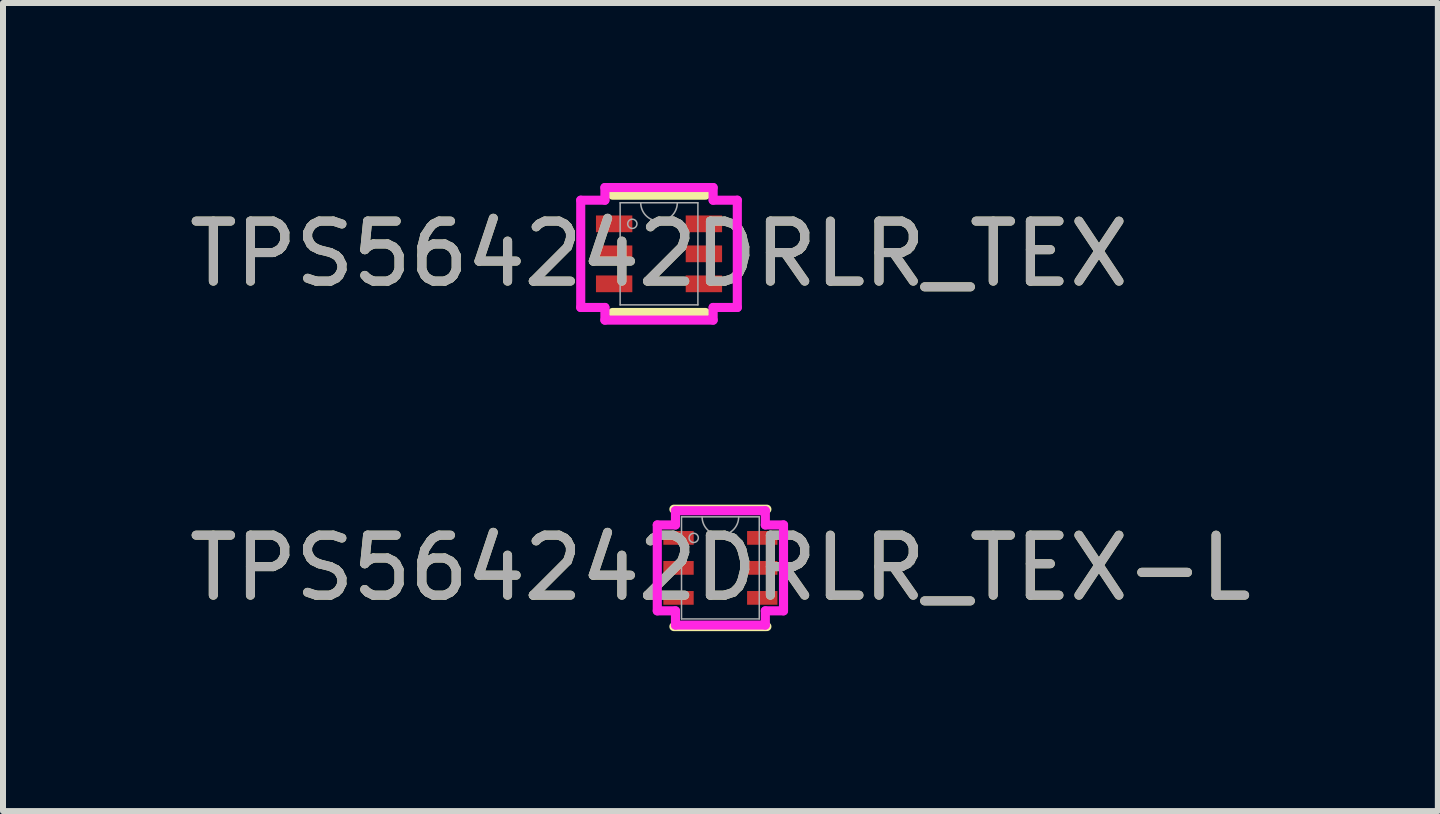
<source format=kicad_pcb>
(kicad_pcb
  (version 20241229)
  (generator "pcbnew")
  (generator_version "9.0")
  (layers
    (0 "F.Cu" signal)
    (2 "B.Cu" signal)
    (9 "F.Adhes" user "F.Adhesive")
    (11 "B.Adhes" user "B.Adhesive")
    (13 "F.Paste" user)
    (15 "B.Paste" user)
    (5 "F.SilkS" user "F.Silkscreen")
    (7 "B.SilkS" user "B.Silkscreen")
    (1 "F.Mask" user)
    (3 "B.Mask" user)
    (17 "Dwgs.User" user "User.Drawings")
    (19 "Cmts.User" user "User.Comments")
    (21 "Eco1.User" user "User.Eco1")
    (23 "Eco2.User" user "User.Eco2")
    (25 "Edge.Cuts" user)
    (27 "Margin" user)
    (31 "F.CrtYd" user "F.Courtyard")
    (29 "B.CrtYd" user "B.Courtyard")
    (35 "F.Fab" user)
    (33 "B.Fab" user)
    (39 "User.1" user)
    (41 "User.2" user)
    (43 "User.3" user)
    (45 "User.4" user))
  (footprint "TPS564242DRLR_TEX-L"
    (layer "F.Cu")
    (at 8.958 6.416)
    (property "Reference" "TPS564242DRLR_TEX-L" (at 0 0 0) (unlocked yes) (layer "F.SilkS") (effects (font (size 1 1) (thickness 0.15))))
    (attr smd)
    (fp_line (start -0.775 0.978) (end 0.775 0.978) (stroke (width 0.152) (type solid)) (layer "F.SilkS"))
    (fp_line (start 0.775 -0.978) (end -0.775 -0.978) (stroke (width 0.152) (type solid)) (layer "F.SilkS"))
    (fp_line (start -1.052 -0.716) (end -0.749 -0.716) (stroke (width 0.152) (type solid)) (layer "F.CrtYd"))
    (fp_line (start -1.052 0.716) (end -1.052 -0.716) (stroke (width 0.152) (type solid)) (layer "F.CrtYd"))
    (fp_line (start -0.749 -0.953) (end 0.749 -0.953) (stroke (width 0.152) (type solid)) (layer "F.CrtYd"))
    (fp_line (start -0.749 -0.716) (end -0.749 -0.953) (stroke (width 0.152) (type solid)) (layer "F.CrtYd"))
    (fp_line (start -0.749 0.716) (end -1.052 0.716) (stroke (width 0.152) (type solid)) (layer "F.CrtYd"))
    (fp_line (start -0.749 0.953) (end -0.749 0.716) (stroke (width 0.152) (type solid)) (layer "F.CrtYd"))
    (fp_line (start 0.749 -0.953) (end 0.749 -0.716) (stroke (width 0.152) (type solid)) (layer "F.CrtYd"))
    (fp_line (start 0.749 -0.716) (end 1.052 -0.716) (stroke (width 0.152) (type solid)) (layer "F.CrtYd"))
    (fp_line (start 0.749 0.716) (end 0.749 0.953) (stroke (width 0.152) (type solid)) (layer "F.CrtYd"))
    (fp_line (start 0.749 0.953) (end -0.749 0.953) (stroke (width 0.152) (type solid)) (layer "F.CrtYd"))
    (fp_line (start 1.052 -0.716) (end 1.052 0.716) (stroke (width 0.152) (type solid)) (layer "F.CrtYd"))
    (fp_line (start 1.052 0.716) (end 0.749 0.716) (stroke (width 0.152) (type solid)) (layer "F.CrtYd"))
    (fp_line (start -0.648 -0.851) (end -0.648 0.851) (stroke (width 0.025) (type solid)) (layer "F.Fab"))
    (fp_line (start -0.648 0.851) (end 0.648 0.851) (stroke (width 0.025) (type solid)) (layer "F.Fab"))
    (fp_line (start 0.648 -0.851) (end -0.648 -0.851) (stroke (width 0.025) (type solid)) (layer "F.Fab"))
    (fp_line (start 0.648 0.851) (end 0.648 -0.851) (stroke (width 0.025) (type solid)) (layer "F.Fab"))
    (fp_arc (start 0.3048 -0.8509) (mid 0 -0.5461) (end -0.3048 -0.8509) (stroke (width 0.0254) (type solid)) (layer "F.Fab"))
    (fp_circle (center -0.445 -0.5) (end -0.368 -0.5) (stroke (width 0.025) (type solid)) (fill no) (layer "F.Fab"))
    (fp_text user "${REFERENCE}" (at 0 0 0) (unlocked yes) (layer "F.Fab") (effects (font (size 1 1) (thickness 0.15))))
    (pad "1" smd rect (at -0.698 -0.5) (size 0.506 0.229) (layers "F.Cu" "F.Mask" "F.Paste"))
    (pad "2" smd rect (at -0.698 0) (size 0.506 0.229) (layers "F.Cu" "F.Mask" "F.Paste"))
    (pad "3" smd rect (at -0.698 0.5) (size 0.506 0.229) (layers "F.Cu" "F.Mask" "F.Paste"))
    (pad "4" smd rect (at 0.698 0.5) (size 0.506 0.229) (layers "F.Cu" "F.Mask" "F.Paste"))
    (pad "5" smd rect (at 0.698 0) (size 0.506 0.229) (layers "F.Cu" "F.Mask" "F.Paste"))
    (pad "6" smd rect (at 0.698 -0.5) (size 0.506 0.229) (layers "F.Cu" "F.Mask" "F.Paste")))
  (footprint "TPS564242DRLR_TEX"
    (layer "F.Cu")
    (at 7.935 1.181)
    (property "Reference" "TPS564242DRLR_TEX" (at 0 0 0) (unlocked yes) (layer "F.SilkS") (effects (font (size 1 1) (thickness 0.15))))
    (attr smd)
    (fp_line (start -0.775 0.978) (end 0.775 0.978) (stroke (width 0.152) (type solid)) (layer "F.SilkS"))
    (fp_line (start 0.775 -0.978) (end -0.775 -0.978) (stroke (width 0.152) (type solid)) (layer "F.SilkS"))
    (fp_line (start -1.305 -0.894) (end -0.902 -0.894) (stroke (width 0.152) (type solid)) (layer "F.CrtYd"))
    (fp_line (start -1.305 0.894) (end -1.305 -0.894) (stroke (width 0.152) (type solid)) (layer "F.CrtYd"))
    (fp_line (start -0.902 -1.105) (end 0.902 -1.105) (stroke (width 0.152) (type solid)) (layer "F.CrtYd"))
    (fp_line (start -0.902 -0.894) (end -0.902 -1.105) (stroke (width 0.152) (type solid)) (layer "F.CrtYd"))
    (fp_line (start -0.902 0.894) (end -1.305 0.894) (stroke (width 0.152) (type solid)) (layer "F.CrtYd"))
    (fp_line (start -0.902 1.105) (end -0.902 0.894) (stroke (width 0.152) (type solid)) (layer "F.CrtYd"))
    (fp_line (start 0.902 -1.105) (end 0.902 -0.894) (stroke (width 0.152) (type solid)) (layer "F.CrtYd"))
    (fp_line (start 0.902 -0.894) (end 1.305 -0.894) (stroke (width 0.152) (type solid)) (layer "F.CrtYd"))
    (fp_line (start 0.902 0.894) (end 0.902 1.105) (stroke (width 0.152) (type solid)) (layer "F.CrtYd"))
    (fp_line (start 0.902 1.105) (end -0.902 1.105) (stroke (width 0.152) (type solid)) (layer "F.CrtYd"))
    (fp_line (start 1.305 -0.894) (end 1.305 0.894) (stroke (width 0.152) (type solid)) (layer "F.CrtYd"))
    (fp_line (start 1.305 0.894) (end 0.902 0.894) (stroke (width 0.152) (type solid)) (layer "F.CrtYd"))
    (fp_line (start -0.648 -0.851) (end -0.648 0.851) (stroke (width 0.025) (type solid)) (layer "F.Fab"))
    (fp_line (start -0.648 0.851) (end 0.648 0.851) (stroke (width 0.025) (type solid)) (layer "F.Fab"))
    (fp_line (start 0.648 -0.851) (end -0.648 -0.851) (stroke (width 0.025) (type solid)) (layer "F.Fab"))
    (fp_line (start 0.648 0.851) (end 0.648 -0.851) (stroke (width 0.025) (type solid)) (layer "F.Fab"))
    (fp_arc (start 0.3048 -0.8509) (mid 0 -0.5461) (end -0.3048 -0.8509) (stroke (width 0.0254) (type solid)) (layer "F.Fab"))
    (fp_circle (center -0.445 -0.5) (end -0.368 -0.5) (stroke (width 0.025) (type solid)) (fill no) (layer "F.Fab"))
    (fp_text user "${REFERENCE}" (at 0 0 0) (unlocked yes) (layer "F.Fab") (effects (font (size 1 1) (thickness 0.15))))
    (pad "1" smd rect (at -0.748 -0.5) (size 0.606 0.279) (layers "F.Cu" "F.Mask" "F.Paste"))
    (pad "2" smd rect (at -0.748 0) (size 0.606 0.279) (layers "F.Cu" "F.Mask" "F.Paste"))
    (pad "3" smd rect (at -0.748 0.5) (size 0.606 0.279) (layers "F.Cu" "F.Mask" "F.Paste"))
    (pad "4" smd rect (at 0.748 0.5) (size 0.606 0.279) (layers "F.Cu" "F.Mask" "F.Paste"))
    (pad "5" smd rect (at 0.748 0) (size 0.606 0.279) (layers "F.Cu" "F.Mask" "F.Paste"))
    (pad "6" smd rect (at 0.748 -0.5) (size 0.606 0.279) (layers "F.Cu" "F.Mask" "F.Paste")))
  (gr_rect
    (start -3 -3)
    (end 20.917 10.47)
    (stroke (width 0.1) (type default))
    (fill no)
    (layer "Edge.Cuts")))
</source>
